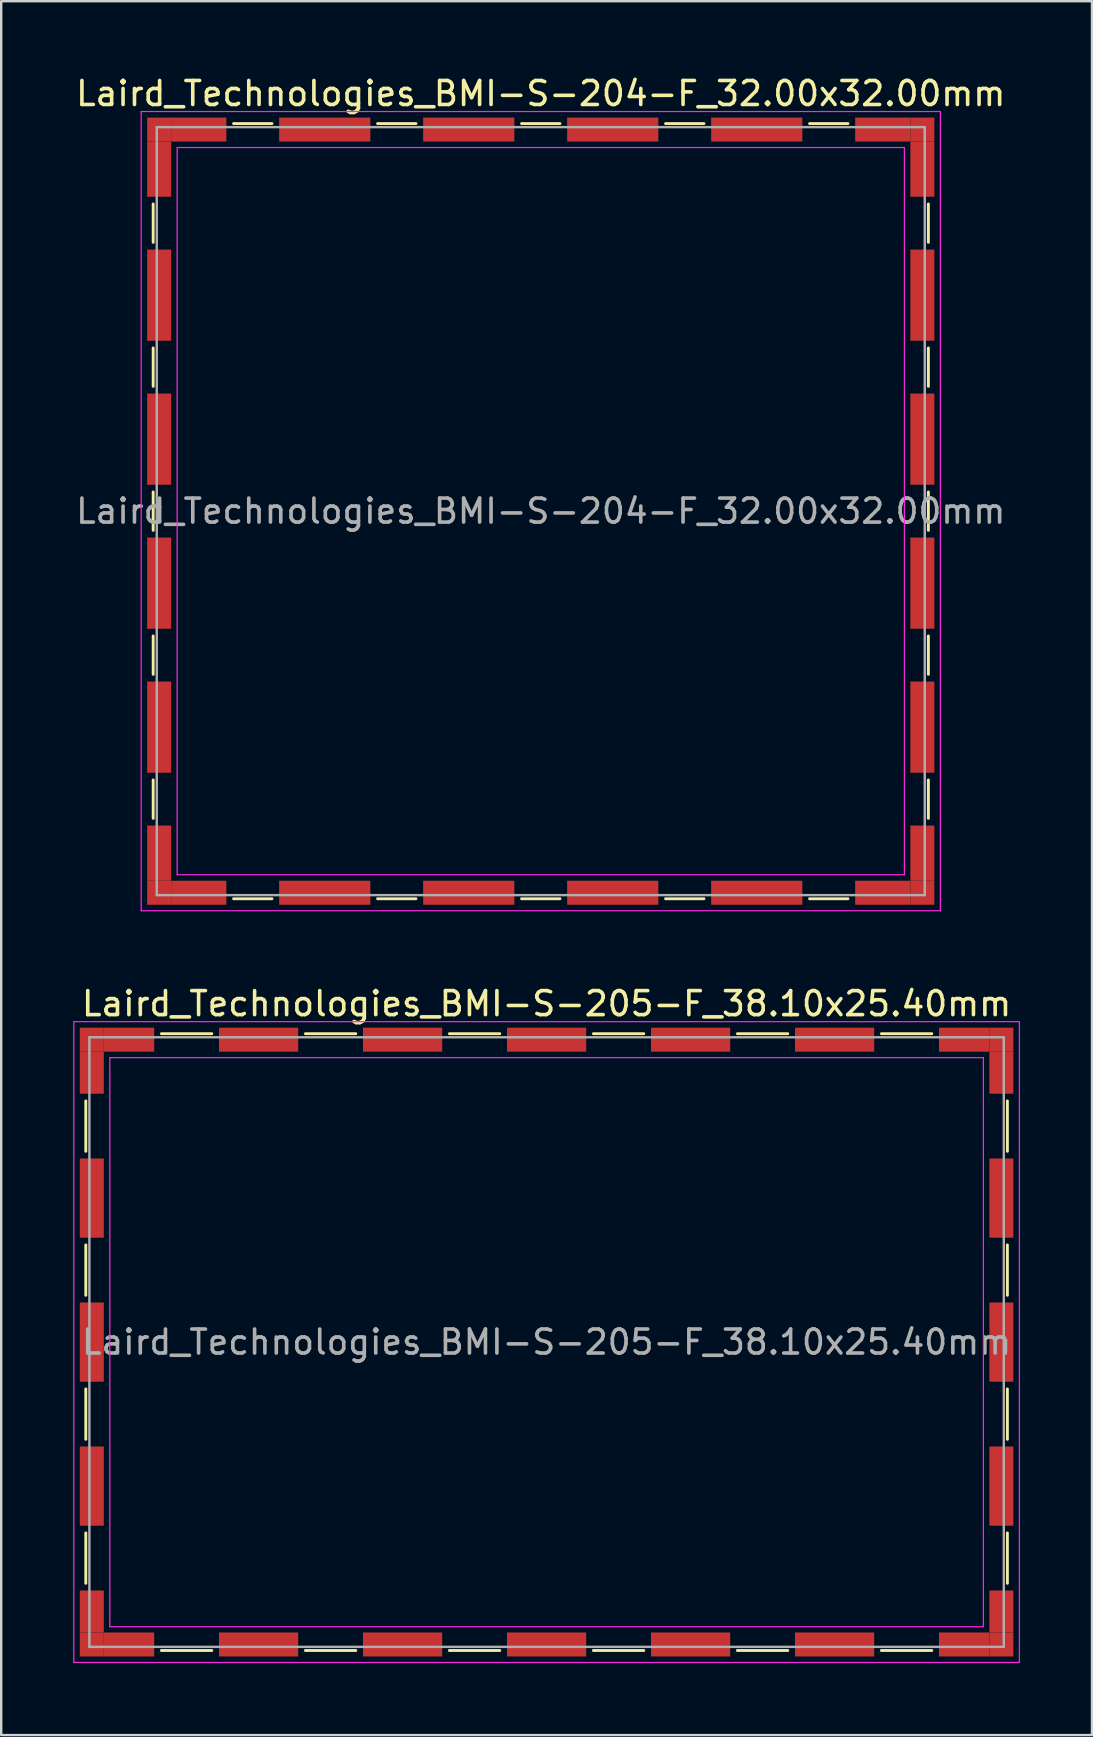
<source format=kicad_pcb>
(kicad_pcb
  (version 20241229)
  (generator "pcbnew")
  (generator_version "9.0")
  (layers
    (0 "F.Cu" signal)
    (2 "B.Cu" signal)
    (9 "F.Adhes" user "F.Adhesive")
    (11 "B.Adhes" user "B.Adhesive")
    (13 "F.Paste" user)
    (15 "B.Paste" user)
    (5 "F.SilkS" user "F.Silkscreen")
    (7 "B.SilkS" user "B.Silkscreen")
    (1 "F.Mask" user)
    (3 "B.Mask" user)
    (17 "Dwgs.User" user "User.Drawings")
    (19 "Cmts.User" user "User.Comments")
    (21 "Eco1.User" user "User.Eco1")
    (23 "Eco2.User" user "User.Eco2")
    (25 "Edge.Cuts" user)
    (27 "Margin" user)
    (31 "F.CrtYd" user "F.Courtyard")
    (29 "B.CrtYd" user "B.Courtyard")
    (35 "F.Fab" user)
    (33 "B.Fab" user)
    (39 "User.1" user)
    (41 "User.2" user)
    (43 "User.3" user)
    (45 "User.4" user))
  (footprint "Laird_Technologies_BMI-S-205-F_38.10x25.40mm"
    (layer "F.Cu")
    (at 19.725 52.871)
    (property "Reference" "Laird_Technologies_BMI-S-205-F_38.10x25.40mm" (at 0 -14.1 0) (layer "F.SilkS") (effects (font (size 1 1) (thickness 0.15))))
    (attr smd)
    (fp_line (start -19.2 -10.05) (end -19.2 -7.95) (stroke (width 0.12) (type solid)) (layer "F.SilkS"))
    (fp_line (start -19.2 -4.05) (end -19.2 -1.95) (stroke (width 0.12) (type solid)) (layer "F.SilkS"))
    (fp_line (start -19.2 1.95) (end -19.2 4.05) (stroke (width 0.12) (type solid)) (layer "F.SilkS"))
    (fp_line (start -19.2 7.95) (end -19.2 10.05) (stroke (width 0.12) (type solid)) (layer "F.SilkS"))
    (fp_line (start -16.05 -12.85) (end -13.95 -12.85) (stroke (width 0.12) (type solid)) (layer "F.SilkS"))
    (fp_line (start -16.05 12.85) (end -13.95 12.85) (stroke (width 0.12) (type solid)) (layer "F.SilkS"))
    (fp_line (start -10.05 -12.85) (end -7.95 -12.85) (stroke (width 0.12) (type solid)) (layer "F.SilkS"))
    (fp_line (start -10.05 12.85) (end -7.95 12.85) (stroke (width 0.12) (type solid)) (layer "F.SilkS"))
    (fp_line (start -4.05 -12.85) (end -1.95 -12.85) (stroke (width 0.12) (type solid)) (layer "F.SilkS"))
    (fp_line (start -4.05 12.85) (end -1.95 12.85) (stroke (width 0.12) (type solid)) (layer "F.SilkS"))
    (fp_line (start 1.95 -12.85) (end 4.05 -12.85) (stroke (width 0.12) (type solid)) (layer "F.SilkS"))
    (fp_line (start 1.95 12.85) (end 4.05 12.85) (stroke (width 0.12) (type solid)) (layer "F.SilkS"))
    (fp_line (start 7.95 -12.85) (end 10.05 -12.85) (stroke (width 0.12) (type solid)) (layer "F.SilkS"))
    (fp_line (start 7.95 12.85) (end 10.05 12.85) (stroke (width 0.12) (type solid)) (layer "F.SilkS"))
    (fp_line (start 13.95 -12.85) (end 16.05 -12.85) (stroke (width 0.12) (type solid)) (layer "F.SilkS"))
    (fp_line (start 13.95 12.85) (end 16.05 12.85) (stroke (width 0.12) (type solid)) (layer "F.SilkS"))
    (fp_line (start 19.2 -10.05) (end 19.2 -7.95) (stroke (width 0.12) (type solid)) (layer "F.SilkS"))
    (fp_line (start 19.2 -4.05) (end 19.2 -1.95) (stroke (width 0.12) (type solid)) (layer "F.SilkS"))
    (fp_line (start 19.2 1.95) (end 19.2 4.05) (stroke (width 0.12) (type solid)) (layer "F.SilkS"))
    (fp_line (start 19.2 7.95) (end 19.2 10.05) (stroke (width 0.12) (type solid)) (layer "F.SilkS"))
    (fp_line (start -19.7 -13.35) (end -19.7 13.35) (stroke (width 0.05) (type solid)) (layer "F.CrtYd"))
    (fp_line (start -19.7 13.35) (end 19.7 13.35) (stroke (width 0.05) (type solid)) (layer "F.CrtYd"))
    (fp_line (start -18.2 -11.85) (end -18.2 11.85) (stroke (width 0.05) (type solid)) (layer "F.CrtYd"))
    (fp_line (start 18.2 -11.86) (end 18.2 11.84) (stroke (width 0.05) (type solid)) (layer "F.CrtYd"))
    (fp_line (start 18.2 -11.85) (end -18.2 -11.85) (stroke (width 0.05) (type solid)) (layer "F.CrtYd"))
    (fp_line (start 18.2 11.86) (end -18.2 11.86) (stroke (width 0.05) (type solid)) (layer "F.CrtYd"))
    (fp_line (start 19.7 -13.35) (end -19.7 -13.35) (stroke (width 0.05) (type solid)) (layer "F.CrtYd"))
    (fp_line (start 19.7 13.35) (end 19.7 -13.35) (stroke (width 0.05) (type solid)) (layer "F.CrtYd"))
    (fp_line (start -19.05 -12.7) (end -19.05 12.7) (stroke (width 0.1) (type solid)) (layer "F.Fab"))
    (fp_line (start -19.05 12.7) (end 19.05 12.7) (stroke (width 0.1) (type solid)) (layer "F.Fab"))
    (fp_line (start 19.05 -12.7) (end -19.05 -12.7) (stroke (width 0.1) (type solid)) (layer "F.Fab"))
    (fp_line (start 19.05 12.7) (end 19.05 -12.7) (stroke (width 0.1) (type solid)) (layer "F.Fab"))
    (fp_text user "${REFERENCE}" (at 0 0 0) (layer "F.Fab") (effects (font (size 1 1) (thickness 0.15))))
    (pad "1" smd rect (at -18.95 -12.6) (size 1 1) (layers "F.Cu" "F.Mask" "F.Paste"))
    (pad "1" smd rect (at -18.95 -11.225) (size 1 1.75) (layers "F.Cu" "F.Mask" "F.Paste"))
    (pad "1" smd rect (at -18.95 -6) (size 1 3.3) (layers "F.Cu" "F.Mask" "F.Paste"))
    (pad "1" smd rect (at -18.95 0) (size 1 3.3) (layers "F.Cu" "F.Mask" "F.Paste"))
    (pad "1" smd rect (at -18.95 6) (size 1 3.3) (layers "F.Cu" "F.Mask" "F.Paste"))
    (pad "1" smd rect (at -18.95 11.225) (size 1 1.75) (layers "F.Cu" "F.Mask" "F.Paste"))
    (pad "1" smd rect (at -18.95 12.6) (size 1 1) (layers "F.Cu" "F.Mask" "F.Paste"))
    (pad "1" smd rect (at -17.4 -12.6) (size 2.1 1) (layers "F.Cu" "F.Mask" "F.Paste"))
    (pad "1" smd rect (at -17.4 12.6) (size 2.1 1) (layers "F.Cu" "F.Mask" "F.Paste"))
    (pad "1" smd rect (at -12 -12.6) (size 3.3 1) (layers "F.Cu" "F.Mask" "F.Paste"))
    (pad "1" smd rect (at -12 12.6) (size 3.3 1) (layers "F.Cu" "F.Mask" "F.Paste"))
    (pad "1" smd rect (at -6 -12.6) (size 3.3 1) (layers "F.Cu" "F.Mask" "F.Paste"))
    (pad "1" smd rect (at -6 12.6) (size 3.3 1) (layers "F.Cu" "F.Mask" "F.Paste"))
    (pad "1" smd rect (at 0 -12.6) (size 3.3 1) (layers "F.Cu" "F.Mask" "F.Paste"))
    (pad "1" smd rect (at 0 12.6) (size 3.3 1) (layers "F.Cu" "F.Mask" "F.Paste"))
    (pad "1" smd rect (at 6 -12.6) (size 3.3 1) (layers "F.Cu" "F.Mask" "F.Paste"))
    (pad "1" smd rect (at 6 12.6) (size 3.3 1) (layers "F.Cu" "F.Mask" "F.Paste"))
    (pad "1" smd rect (at 12 -12.6) (size 3.3 1) (layers "F.Cu" "F.Mask" "F.Paste"))
    (pad "1" smd rect (at 12 12.6) (size 3.3 1) (layers "F.Cu" "F.Mask" "F.Paste"))
    (pad "1" smd rect (at 17.4 -12.6) (size 2.1 1) (layers "F.Cu" "F.Mask" "F.Paste"))
    (pad "1" smd rect (at 17.4 12.6) (size 2.1 1) (layers "F.Cu" "F.Mask" "F.Paste"))
    (pad "1" smd rect (at 18.95 -12.6) (size 1 1) (layers "F.Cu" "F.Mask" "F.Paste"))
    (pad "1" smd rect (at 18.95 -11.225) (size 1 1.75) (layers "F.Cu" "F.Mask" "F.Paste"))
    (pad "1" smd rect (at 18.95 -6) (size 1 3.3) (layers "F.Cu" "F.Mask" "F.Paste"))
    (pad "1" smd rect (at 18.95 0) (size 1 3.3) (layers "F.Cu" "F.Mask" "F.Paste"))
    (pad "1" smd rect (at 18.95 6) (size 1 3.3) (layers "F.Cu" "F.Mask" "F.Paste"))
    (pad "1" smd rect (at 18.95 11.225) (size 1 1.75) (layers "F.Cu" "F.Mask" "F.Paste"))
    (pad "1" smd rect (at 18.95 12.6) (size 1 1) (layers "F.Cu" "F.Mask" "F.Paste")))
  (footprint "Laird_Technologies_BMI-S-204-F_32.00x32.00mm"
    (layer "F.Cu")
    (at 19.482 18.248)
    (property "Reference" "Laird_Technologies_BMI-S-204-F_32.00x32.00mm" (at 0 -17.4 0) (layer "F.SilkS") (effects (font (size 1 1) (thickness 0.15))))
    (attr smd)
    (fp_line (start -16.15 -12.8) (end -16.15 -11.2) (stroke (width 0.12) (type solid)) (layer "F.SilkS"))
    (fp_line (start -16.15 -6.8) (end -16.15 -5.2) (stroke (width 0.12) (type solid)) (layer "F.SilkS"))
    (fp_line (start -16.15 -0.8) (end -16.15 0.8) (stroke (width 0.12) (type solid)) (layer "F.SilkS"))
    (fp_line (start -16.15 5.2) (end -16.15 6.8) (stroke (width 0.12) (type solid)) (layer "F.SilkS"))
    (fp_line (start -16.15 11.2) (end -16.15 12.8) (stroke (width 0.12) (type solid)) (layer "F.SilkS"))
    (fp_line (start -12.8 -16.15) (end -11.2 -16.15) (stroke (width 0.12) (type solid)) (layer "F.SilkS"))
    (fp_line (start -12.8 16.15) (end -11.2 16.15) (stroke (width 0.12) (type solid)) (layer "F.SilkS"))
    (fp_line (start -6.8 -16.15) (end -5.2 -16.15) (stroke (width 0.12) (type solid)) (layer "F.SilkS"))
    (fp_line (start -6.8 16.15) (end -5.2 16.15) (stroke (width 0.12) (type solid)) (layer "F.SilkS"))
    (fp_line (start -0.8 -16.15) (end 0.8 -16.15) (stroke (width 0.12) (type solid)) (layer "F.SilkS"))
    (fp_line (start -0.8 16.15) (end 0.8 16.15) (stroke (width 0.12) (type solid)) (layer "F.SilkS"))
    (fp_line (start 5.2 -16.15) (end 6.8 -16.15) (stroke (width 0.12) (type solid)) (layer "F.SilkS"))
    (fp_line (start 5.2 16.15) (end 6.8 16.15) (stroke (width 0.12) (type solid)) (layer "F.SilkS"))
    (fp_line (start 11.2 -16.15) (end 12.8 -16.15) (stroke (width 0.12) (type solid)) (layer "F.SilkS"))
    (fp_line (start 11.2 16.15) (end 12.8 16.15) (stroke (width 0.12) (type solid)) (layer "F.SilkS"))
    (fp_line (start 16.15 -12.8) (end 16.15 -11.2) (stroke (width 0.12) (type solid)) (layer "F.SilkS"))
    (fp_line (start 16.15 -6.8) (end 16.15 -5.2) (stroke (width 0.12) (type solid)) (layer "F.SilkS"))
    (fp_line (start 16.15 -0.8) (end 16.15 0.8) (stroke (width 0.12) (type solid)) (layer "F.SilkS"))
    (fp_line (start 16.15 5.2) (end 16.15 6.8) (stroke (width 0.12) (type solid)) (layer "F.SilkS"))
    (fp_line (start 16.15 11.2) (end 16.15 12.8) (stroke (width 0.12) (type solid)) (layer "F.SilkS"))
    (fp_line (start -16.65 -16.65) (end -16.65 16.65) (stroke (width 0.05) (type solid)) (layer "F.CrtYd"))
    (fp_line (start -16.65 16.65) (end 16.65 16.65) (stroke (width 0.05) (type solid)) (layer "F.CrtYd"))
    (fp_line (start -15.15 -15.15) (end -15.15 15.15) (stroke (width 0.05) (type solid)) (layer "F.CrtYd"))
    (fp_line (start 15.15 -15.15) (end -15.15 -15.15) (stroke (width 0.05) (type solid)) (layer "F.CrtYd"))
    (fp_line (start 15.15 -15.15) (end 15.15 15.15) (stroke (width 0.05) (type solid)) (layer "F.CrtYd"))
    (fp_line (start 15.15 15.15) (end -15.15 15.15) (stroke (width 0.05) (type solid)) (layer "F.CrtYd"))
    (fp_line (start 16.65 -16.65) (end -16.65 -16.65) (stroke (width 0.05) (type solid)) (layer "F.CrtYd"))
    (fp_line (start 16.65 16.65) (end 16.65 -16.65) (stroke (width 0.05) (type solid)) (layer "F.CrtYd"))
    (fp_line (start -16 -16) (end -16 16) (stroke (width 0.1) (type solid)) (layer "F.Fab"))
    (fp_line (start -16 16) (end 16 16) (stroke (width 0.1) (type solid)) (layer "F.Fab"))
    (fp_line (start 16 -16) (end -16 -16) (stroke (width 0.1) (type solid)) (layer "F.Fab"))
    (fp_line (start 16 16) (end 16 -16) (stroke (width 0.1) (type solid)) (layer "F.Fab"))
    (fp_text user "${REFERENCE}" (at 0 0 0) (layer "F.Fab") (effects (font (size 1 1) (thickness 0.15))))
    (pad "1" smd rect (at -15.9 -15.9) (size 1 1) (layers "F.Cu" "F.Mask" "F.Paste"))
    (pad "1" smd rect (at -15.9 -14.25) (size 1 2.3) (layers "F.Cu" "F.Mask" "F.Paste"))
    (pad "1" smd rect (at -15.9 -9) (size 1 3.8) (layers "F.Cu" "F.Mask" "F.Paste"))
    (pad "1" smd rect (at -15.9 -3) (size 1 3.8) (layers "F.Cu" "F.Mask" "F.Paste"))
    (pad "1" smd rect (at -15.9 3) (size 1 3.8) (layers "F.Cu" "F.Mask" "F.Paste"))
    (pad "1" smd rect (at -15.9 9) (size 1 3.8) (layers "F.Cu" "F.Mask" "F.Paste"))
    (pad "1" smd rect (at -15.9 14.25) (size 1 2.3) (layers "F.Cu" "F.Mask" "F.Paste"))
    (pad "1" smd rect (at -15.9 15.9) (size 1 1) (layers "F.Cu" "F.Mask" "F.Paste"))
    (pad "1" smd rect (at -14.25 -15.9) (size 2.3 1) (layers "F.Cu" "F.Mask" "F.Paste"))
    (pad "1" smd rect (at -14.25 15.9) (size 2.3 1) (layers "F.Cu" "F.Mask" "F.Paste"))
    (pad "1" smd rect (at -9 -15.9) (size 3.8 1) (layers "F.Cu" "F.Mask" "F.Paste"))
    (pad "1" smd rect (at -9 15.9) (size 3.8 1) (layers "F.Cu" "F.Mask" "F.Paste"))
    (pad "1" smd rect (at -3 -15.9) (size 3.8 1) (layers "F.Cu" "F.Mask" "F.Paste"))
    (pad "1" smd rect (at -3 15.9) (size 3.8 1) (layers "F.Cu" "F.Mask" "F.Paste"))
    (pad "1" smd rect (at 3 -15.9) (size 3.8 1) (layers "F.Cu" "F.Mask" "F.Paste"))
    (pad "1" smd rect (at 3 15.9) (size 3.8 1) (layers "F.Cu" "F.Mask" "F.Paste"))
    (pad "1" smd rect (at 9 -15.9) (size 3.8 1) (layers "F.Cu" "F.Mask" "F.Paste"))
    (pad "1" smd rect (at 9 15.9) (size 3.8 1) (layers "F.Cu" "F.Mask" "F.Paste"))
    (pad "1" smd rect (at 14.25 -15.9) (size 2.3 1) (layers "F.Cu" "F.Mask" "F.Paste"))
    (pad "1" smd rect (at 14.25 15.9) (size 2.3 1) (layers "F.Cu" "F.Mask" "F.Paste"))
    (pad "1" smd rect (at 15.9 -15.9) (size 1 1) (layers "F.Cu" "F.Mask" "F.Paste"))
    (pad "1" smd rect (at 15.9 -14.25) (size 1 2.3) (layers "F.Cu" "F.Mask" "F.Paste"))
    (pad "1" smd rect (at 15.9 -9) (size 1 3.8) (layers "F.Cu" "F.Mask" "F.Paste"))
    (pad "1" smd rect (at 15.9 -3) (size 1 3.8) (layers "F.Cu" "F.Mask" "F.Paste"))
    (pad "1" smd rect (at 15.9 3) (size 1 3.8) (layers "F.Cu" "F.Mask" "F.Paste"))
    (pad "1" smd rect (at 15.9 9) (size 1 3.8) (layers "F.Cu" "F.Mask" "F.Paste"))
    (pad "1" smd rect (at 15.9 14.25) (size 1 2.3) (layers "F.Cu" "F.Mask" "F.Paste"))
    (pad "1" smd rect (at 15.9 15.9) (size 1 1) (layers "F.Cu" "F.Mask" "F.Paste")))
  (gr_rect
    (start -3 -3)
    (end 42.45 69.246)
    (stroke (width 0.1) (type default))
    (fill no)
    (layer "Edge.Cuts")))
</source>
